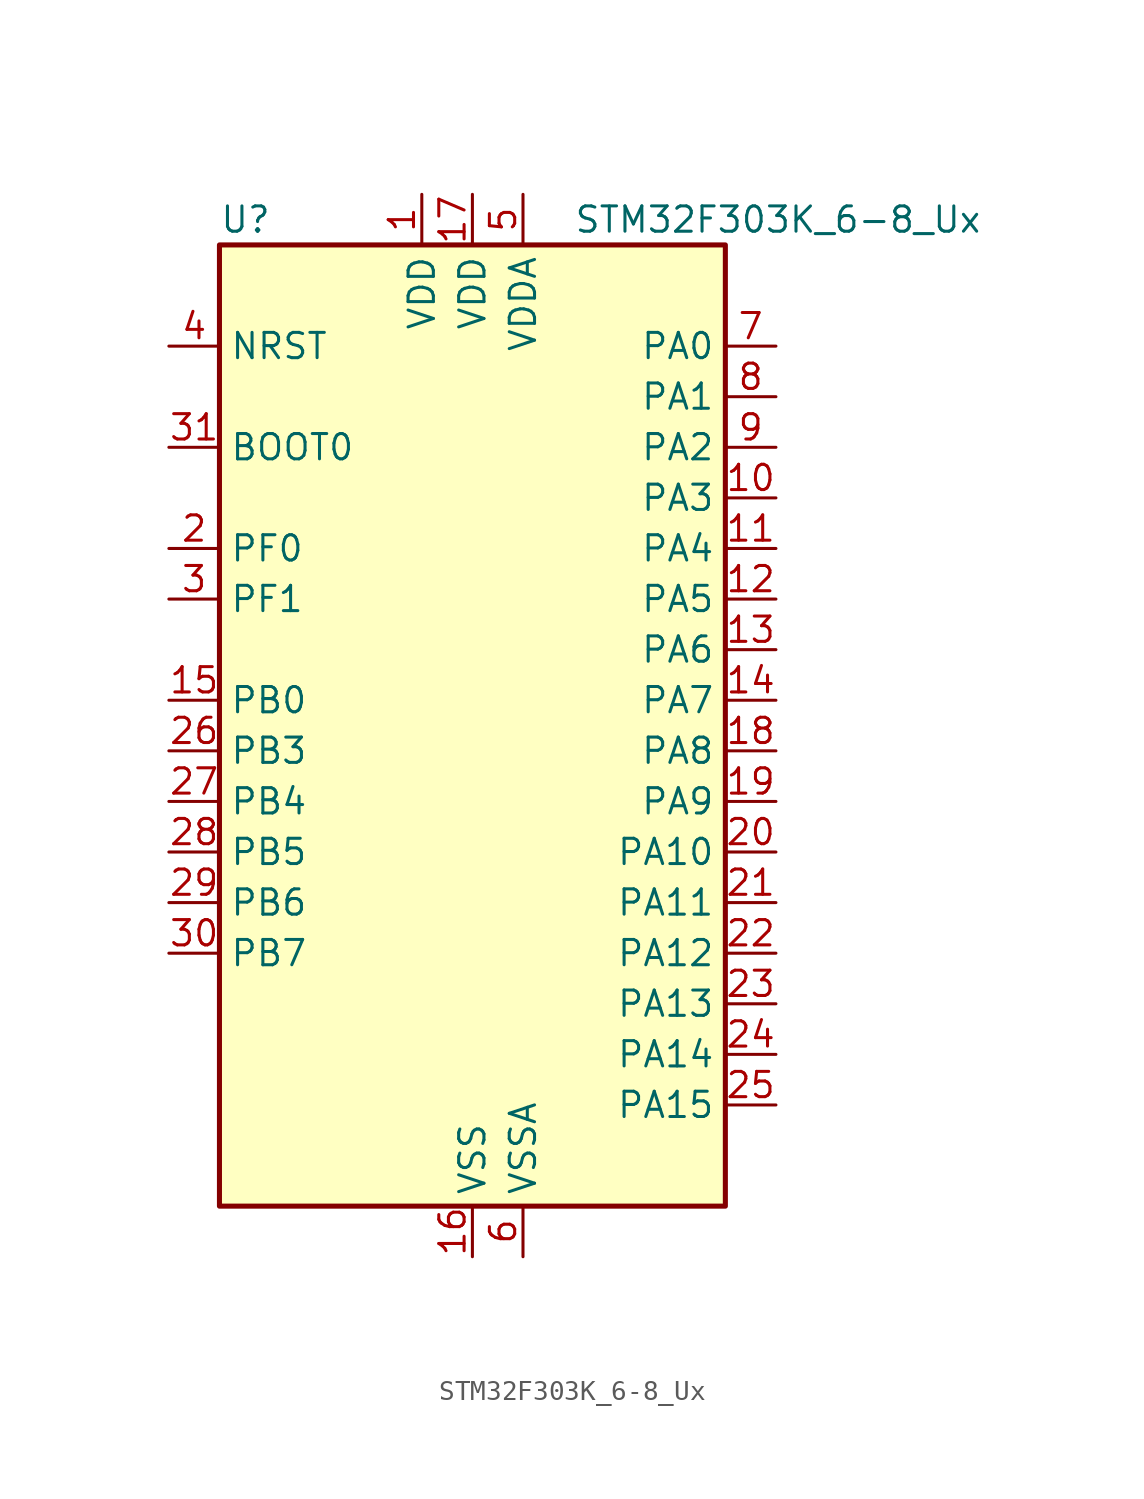
<source format=kicad_sym>
(kicad_symbol_lib
  (version 20241209)
  (generator "kicad_symbol_editor")
  (generator_version "9.0")
  (symbol "STM32F303K_6-8_Ux"
    (property "Reference" "U"
      (at -12.7 26.67 0)
      (effects (font (size 1.27 1.27)) (justify left)))
    (property "Value" "STM32F303K_6-8_Ux"
      (at 5.08 26.67 0)
      (effects (font (size 1.27 1.27)) (justify left)))
    (symbol "STM32F303K_6-8_Ux_0_1"
      (rectangle (start -12.7 -22.86) (end 12.7 25.4) (stroke (width 0.254) (type default)) (fill (type background))))
    (symbol "STM32F303K_6-8_Ux_1_1"
      (pin input line (at -15.24 20.32 0) (length 2.54) (name "NRST" (effects (font (size 1.27 1.27)))) (number "4" (effects (font (size 1.27 1.27)))))
      (pin input line (at -15.24 15.24 0) (length 2.54) (name "BOOT0" (effects (font (size 1.27 1.27)))) (number "31" (effects (font (size 1.27 1.27)))))
      (pin bidirectional line (at -15.24 10.16 0) (length 2.54) (name "PF0" (effects (font (size 1.27 1.27)))) (number "2" (effects (font (size 1.27 1.27)))) (alternate "RCC_OSC_IN" bidirectional line) (alternate "TIM1_CH3N" bidirectional line))
      (pin bidirectional line (at -15.24 7.62 0) (length 2.54) (name "PF1" (effects (font (size 1.27 1.27)))) (number "3" (effects (font (size 1.27 1.27)))) (alternate "RCC_OSC_OUT" bidirectional line))
      (pin bidirectional line (at -15.24 2.54 0) (length 2.54) (name "PB0" (effects (font (size 1.27 1.27)))) (number "15" (effects (font (size 1.27 1.27)))) (alternate "ADC1_IN11" bidirectional line) (alternate "COMP4_INP" bidirectional line) (alternate "OPAMP2_VINP" bidirectional line) (alternate "OPAMP2_VINP_SEC" bidirectional line) (alternate "TIM1_CH2N" bidirectional line) (alternate "TIM3_CH3" bidirectional line) (alternate "TSC_G3_IO2" bidirectional line))
      (pin bidirectional line (at -15.24 0 0) (length 2.54) (name "PB3" (effects (font (size 1.27 1.27)))) (number "26" (effects (font (size 1.27 1.27)))) (alternate "SPI1_SCK" bidirectional line) (alternate "SYS_JTDO-TRACESWO" bidirectional line) (alternate "TIM2_CH2" bidirectional line) (alternate "TIM3_ETR" bidirectional line) (alternate "TSC_G5_IO1" bidirectional line) (alternate "USART2_TX" bidirectional line))
      (pin bidirectional line (at -15.24 -2.54 0) (length 2.54) (name "PB4" (effects (font (size 1.27 1.27)))) (number "27" (effects (font (size 1.27 1.27)))) (alternate "SPI1_MISO" bidirectional line) (alternate "SYS_NJTRST" bidirectional line) (alternate "TIM16_CH1" bidirectional line) (alternate "TIM17_BKIN" bidirectional line) (alternate "TIM3_CH1" bidirectional line) (alternate "TSC_G5_IO2" bidirectional line) (alternate "USART2_RX" bidirectional line))
      (pin bidirectional line (at -15.24 -5.08 0) (length 2.54) (name "PB5" (effects (font (size 1.27 1.27)))) (number "28" (effects (font (size 1.27 1.27)))) (alternate "I2C1_SMBA" bidirectional line) (alternate "SPI1_MOSI" bidirectional line) (alternate "TIM16_BKIN" bidirectional line) (alternate "TIM17_CH1" bidirectional line) (alternate "TIM3_CH2" bidirectional line) (alternate "USART2_CK" bidirectional line))
      (pin bidirectional line (at -15.24 -7.62 0) (length 2.54) (name "PB6" (effects (font (size 1.27 1.27)))) (number "29" (effects (font (size 1.27 1.27)))) (alternate "I2C1_SCL" bidirectional line) (alternate "TIM16_CH1N" bidirectional line) (alternate "TSC_G5_IO3" bidirectional line) (alternate "USART1_TX" bidirectional line))
      (pin bidirectional line (at -15.24 -10.16 0) (length 2.54) (name "PB7" (effects (font (size 1.27 1.27)))) (number "30" (effects (font (size 1.27 1.27)))) (alternate "I2C1_SDA" bidirectional line) (alternate "TIM17_CH1N" bidirectional line) (alternate "TIM3_CH4" bidirectional line) (alternate "TSC_G5_IO4" bidirectional line) (alternate "USART1_RX" bidirectional line))
      (pin power_in line (at -2.54 27.94 270) (length 2.54) (name "VDD" (effects (font (size 1.27 1.27)))) (number "1" (effects (font (size 1.27 1.27)))))
      (pin power_in line (at 0 27.94 270) (length 2.54) (name "VDD" (effects (font (size 1.27 1.27)))) (number "17" (effects (font (size 1.27 1.27)))))
      (pin power_in line (at 0 -25.4 90) (length 2.54) (name "VSS" (effects (font (size 1.27 1.27)))) (number "16" (effects (font (size 1.27 1.27)))))
      (pin passive line (at 0 -25.4 90) (length 2.54) (hide yes) (name "VSS" (effects (font (size 1.27 1.27)))) (number "32" (effects (font (size 1.27 1.27)))))
      (pin passive line (at 0 -25.4 90) (length 2.54) (hide yes) (name "VSS" (effects (font (size 1.27 1.27)))) (number "33" (effects (font (size 1.27 1.27)))))
      (pin power_in line (at 2.54 27.94 270) (length 2.54) (name "VDDA" (effects (font (size 1.27 1.27)))) (number "5" (effects (font (size 1.27 1.27)))))
      (pin power_in line (at 2.54 -25.4 90) (length 2.54) (name "VSSA" (effects (font (size 1.27 1.27)))) (number "6" (effects (font (size 1.27 1.27)))))
      (pin bidirectional line (at 15.24 20.32 180) (length 2.54) (name "PA0" (effects (font (size 1.27 1.27)))) (number "7" (effects (font (size 1.27 1.27)))) (alternate "ADC1_IN1" bidirectional line) (alternate "RTC_TAMP2" bidirectional line) (alternate "SYS_WKUP1" bidirectional line) (alternate "TIM2_CH1" bidirectional line) (alternate "TIM2_ETR" bidirectional line) (alternate "TSC_G1_IO1" bidirectional line) (alternate "USART2_CTS" bidirectional line))
      (pin bidirectional line (at 15.24 17.78 180) (length 2.54) (name "PA1" (effects (font (size 1.27 1.27)))) (number "8" (effects (font (size 1.27 1.27)))) (alternate "ADC1_IN2" bidirectional line) (alternate "RTC_REFIN" bidirectional line) (alternate "TIM15_CH1N" bidirectional line) (alternate "TIM2_CH2" bidirectional line) (alternate "TSC_G1_IO2" bidirectional line) (alternate "USART2_DE" bidirectional line) (alternate "USART2_RTS" bidirectional line))
      (pin bidirectional line (at 15.24 15.24 180) (length 2.54) (name "PA2" (effects (font (size 1.27 1.27)))) (number "9" (effects (font (size 1.27 1.27)))) (alternate "ADC1_IN3" bidirectional line) (alternate "COMP2_INM" bidirectional line) (alternate "COMP2_OUT" bidirectional line) (alternate "TIM15_CH1" bidirectional line) (alternate "TIM2_CH3" bidirectional line) (alternate "TSC_G1_IO3" bidirectional line) (alternate "USART2_TX" bidirectional line))
      (pin bidirectional line (at 15.24 12.7 180) (length 2.54) (name "PA3" (effects (font (size 1.27 1.27)))) (number "10" (effects (font (size 1.27 1.27)))) (alternate "ADC1_IN4" bidirectional line) (alternate "TIM15_CH2" bidirectional line) (alternate "TIM2_CH4" bidirectional line) (alternate "TSC_G1_IO4" bidirectional line) (alternate "USART2_RX" bidirectional line))
      (pin bidirectional line (at 15.24 10.16 180) (length 2.54) (name "PA4" (effects (font (size 1.27 1.27)))) (number "11" (effects (font (size 1.27 1.27)))) (alternate "ADC2_IN1" bidirectional line) (alternate "COMP2_INM" bidirectional line) (alternate "COMP4_INM" bidirectional line) (alternate "DAC1_OUT1" bidirectional line) (alternate "SPI1_NSS" bidirectional line) (alternate "TIM3_CH2" bidirectional line) (alternate "TSC_G2_IO1" bidirectional line) (alternate "USART2_CK" bidirectional line))
      (pin bidirectional line (at 15.24 7.62 180) (length 2.54) (name "PA5" (effects (font (size 1.27 1.27)))) (number "12" (effects (font (size 1.27 1.27)))) (alternate "ADC2_IN2" bidirectional line) (alternate "DAC1_OUT2" bidirectional line) (alternate "OPAMP2_VINM" bidirectional line) (alternate "OPAMP2_VINM_SEC" bidirectional line) (alternate "SPI1_SCK" bidirectional line) (alternate "TIM2_CH1" bidirectional line) (alternate "TIM2_ETR" bidirectional line) (alternate "TSC_G2_IO2" bidirectional line))
      (pin bidirectional line (at 15.24 5.08 180) (length 2.54) (name "PA6" (effects (font (size 1.27 1.27)))) (number "13" (effects (font (size 1.27 1.27)))) (alternate "ADC2_IN3" bidirectional line) (alternate "DAC2_OUT1" bidirectional line) (alternate "OPAMP2_VOUT" bidirectional line) (alternate "SPI1_MISO" bidirectional line) (alternate "TIM16_CH1" bidirectional line) (alternate "TIM1_BKIN" bidirectional line) (alternate "TIM3_CH1" bidirectional line) (alternate "TSC_G2_IO3" bidirectional line))
      (pin bidirectional line (at 15.24 2.54 180) (length 2.54) (name "PA7" (effects (font (size 1.27 1.27)))) (number "14" (effects (font (size 1.27 1.27)))) (alternate "ADC2_IN4" bidirectional line) (alternate "COMP2_INP" bidirectional line) (alternate "OPAMP2_VINP" bidirectional line) (alternate "OPAMP2_VINP_SEC" bidirectional line) (alternate "SPI1_MOSI" bidirectional line) (alternate "TIM17_CH1" bidirectional line) (alternate "TIM1_CH1N" bidirectional line) (alternate "TIM3_CH2" bidirectional line) (alternate "TSC_G2_IO4" bidirectional line))
      (pin bidirectional line (at 15.24 0 180) (length 2.54) (name "PA8" (effects (font (size 1.27 1.27)))) (number "18" (effects (font (size 1.27 1.27)))) (alternate "RCC_MCO" bidirectional line) (alternate "TIM1_CH1" bidirectional line) (alternate "USART1_CK" bidirectional line))
      (pin bidirectional line (at 15.24 -2.54 180) (length 2.54) (name "PA9" (effects (font (size 1.27 1.27)))) (number "19" (effects (font (size 1.27 1.27)))) (alternate "DAC1_EXTI9" bidirectional line) (alternate "DAC2_EXTI9" bidirectional line) (alternate "TIM15_BKIN" bidirectional line) (alternate "TIM1_CH2" bidirectional line) (alternate "TIM2_CH3" bidirectional line) (alternate "TSC_G4_IO1" bidirectional line) (alternate "USART1_TX" bidirectional line))
      (pin bidirectional line (at 15.24 -5.08 180) (length 2.54) (name "PA10" (effects (font (size 1.27 1.27)))) (number "20" (effects (font (size 1.27 1.27)))) (alternate "TIM17_BKIN" bidirectional line) (alternate "TIM1_CH3" bidirectional line) (alternate "TIM2_CH4" bidirectional line) (alternate "TSC_G4_IO2" bidirectional line) (alternate "USART1_RX" bidirectional line))
      (pin bidirectional line (at 15.24 -7.62 180) (length 2.54) (name "PA11" (effects (font (size 1.27 1.27)))) (number "21" (effects (font (size 1.27 1.27)))) (alternate "CAN_RX" bidirectional line) (alternate "TIM1_BKIN2" bidirectional line) (alternate "TIM1_CH1N" bidirectional line) (alternate "TIM1_CH4" bidirectional line) (alternate "USART1_CTS" bidirectional line))
      (pin bidirectional line (at 15.24 -10.16 180) (length 2.54) (name "PA12" (effects (font (size 1.27 1.27)))) (number "22" (effects (font (size 1.27 1.27)))) (alternate "CAN_TX" bidirectional line) (alternate "COMP2_OUT" bidirectional line) (alternate "TIM16_CH1" bidirectional line) (alternate "TIM1_CH2N" bidirectional line) (alternate "TIM1_ETR" bidirectional line) (alternate "USART1_DE" bidirectional line) (alternate "USART1_RTS" bidirectional line))
      (pin bidirectional line (at 15.24 -12.7 180) (length 2.54) (name "PA13" (effects (font (size 1.27 1.27)))) (number "23" (effects (font (size 1.27 1.27)))) (alternate "IR_OUT" bidirectional line) (alternate "SYS_JTMS-SWDIO" bidirectional line) (alternate "TIM16_CH1N" bidirectional line) (alternate "TSC_G4_IO3" bidirectional line))
      (pin bidirectional line (at 15.24 -15.24 180) (length 2.54) (name "PA14" (effects (font (size 1.27 1.27)))) (number "24" (effects (font (size 1.27 1.27)))) (alternate "I2C1_SDA" bidirectional line) (alternate "SYS_JTCK-SWCLK" bidirectional line) (alternate "TIM1_BKIN" bidirectional line) (alternate "TSC_G4_IO4" bidirectional line) (alternate "USART2_TX" bidirectional line))
      (pin bidirectional line (at 15.24 -17.78 180) (length 2.54) (name "PA15" (effects (font (size 1.27 1.27)))) (number "25" (effects (font (size 1.27 1.27)))) (alternate "I2C1_SCL" bidirectional line) (alternate "SPI1_NSS" bidirectional line) (alternate "SYS_JTDI" bidirectional line) (alternate "TIM1_BKIN" bidirectional line) (alternate "TIM2_CH1" bidirectional line) (alternate "TIM2_ETR" bidirectional line) (alternate "TSC_SYNC" bidirectional line) (alternate "USART2_RX" bidirectional line)))))
</source>
